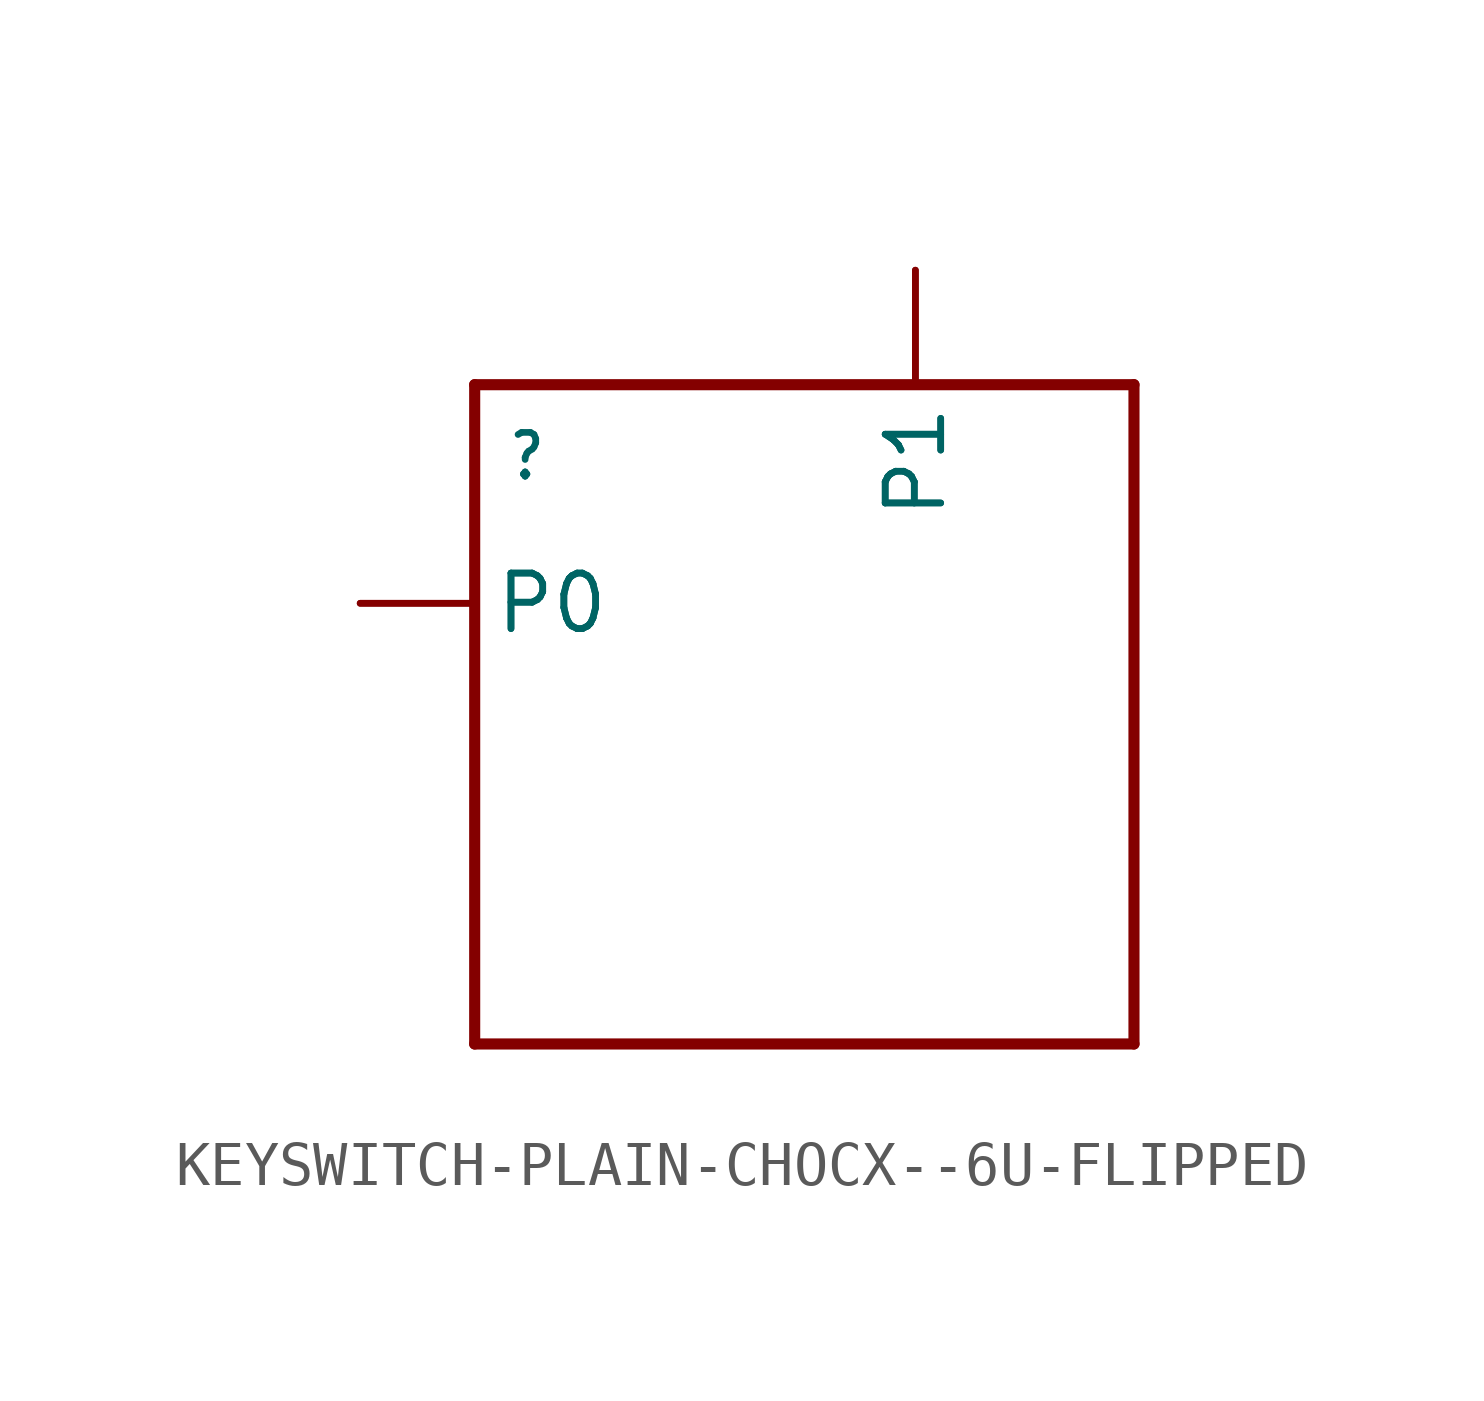
<source format=kicad_sym>
(kicad_symbol_lib
  (version 20211014)
  (generator kicad_symbol_editor)
  (symbol "KEYSWITCH-PLAIN-CHOCX--6U-FLIPPED"
    (property "Reference" ""
      (at -6.81 5.318 0)
      (effects (font (size 1 0.85)) (justify left bottom)))
    (property "ki_locked" ""
      (at 0 0 0)
      (effects (font (size 1.27 1.27))))
    (symbol "KEYSWITCH-PLAIN-CHOCX--6U-FLIPPED_1_0"
      (polyline (pts (xy -7.54 -7.54) (xy -7.54 7.54)) (stroke (width 0.254) (type default) (color 0 0 0 0)) (fill (type none)))
      (polyline (pts (xy -7.54 7.54) (xy 7.54 7.54)) (stroke (width 0.254) (type default) (color 0 0 0 0)) (fill (type none)))
      (polyline (pts (xy 7.54 -7.54) (xy -7.54 -7.54)) (stroke (width 0.254) (type default) (color 0 0 0 0)) (fill (type none)))
      (polyline (pts (xy 7.54 7.54) (xy 7.54 -7.54)) (stroke (width 0.254) (type default) (color 0 0 0 0)) (fill (type none)))
      (pin bidirectional line (at -10.16 2.54 0) (length 2.54) (name "P0" (effects (font (size 1.27 1.27)))) (number "CHOC1" (effects (font (size 0 0)))))
      (pin bidirectional line (at 2.54 10.16 270) (length 2.54) (name "P1" (effects (font (size 1.27 1.27)))) (number "CHOC2" (effects (font (size 0 0)))))
      (pin bidirectional line (at -10.16 2.54 0) (length 2.54) (name "P0" (effects (font (size 1.27 1.27)))) (number "X1" (effects (font (size 0 0)))))
      (pin bidirectional line (at 2.54 10.16 270) (length 2.54) (name "P1" (effects (font (size 1.27 1.27)))) (number "X2" (effects (font (size 0 0))))))))
</source>
